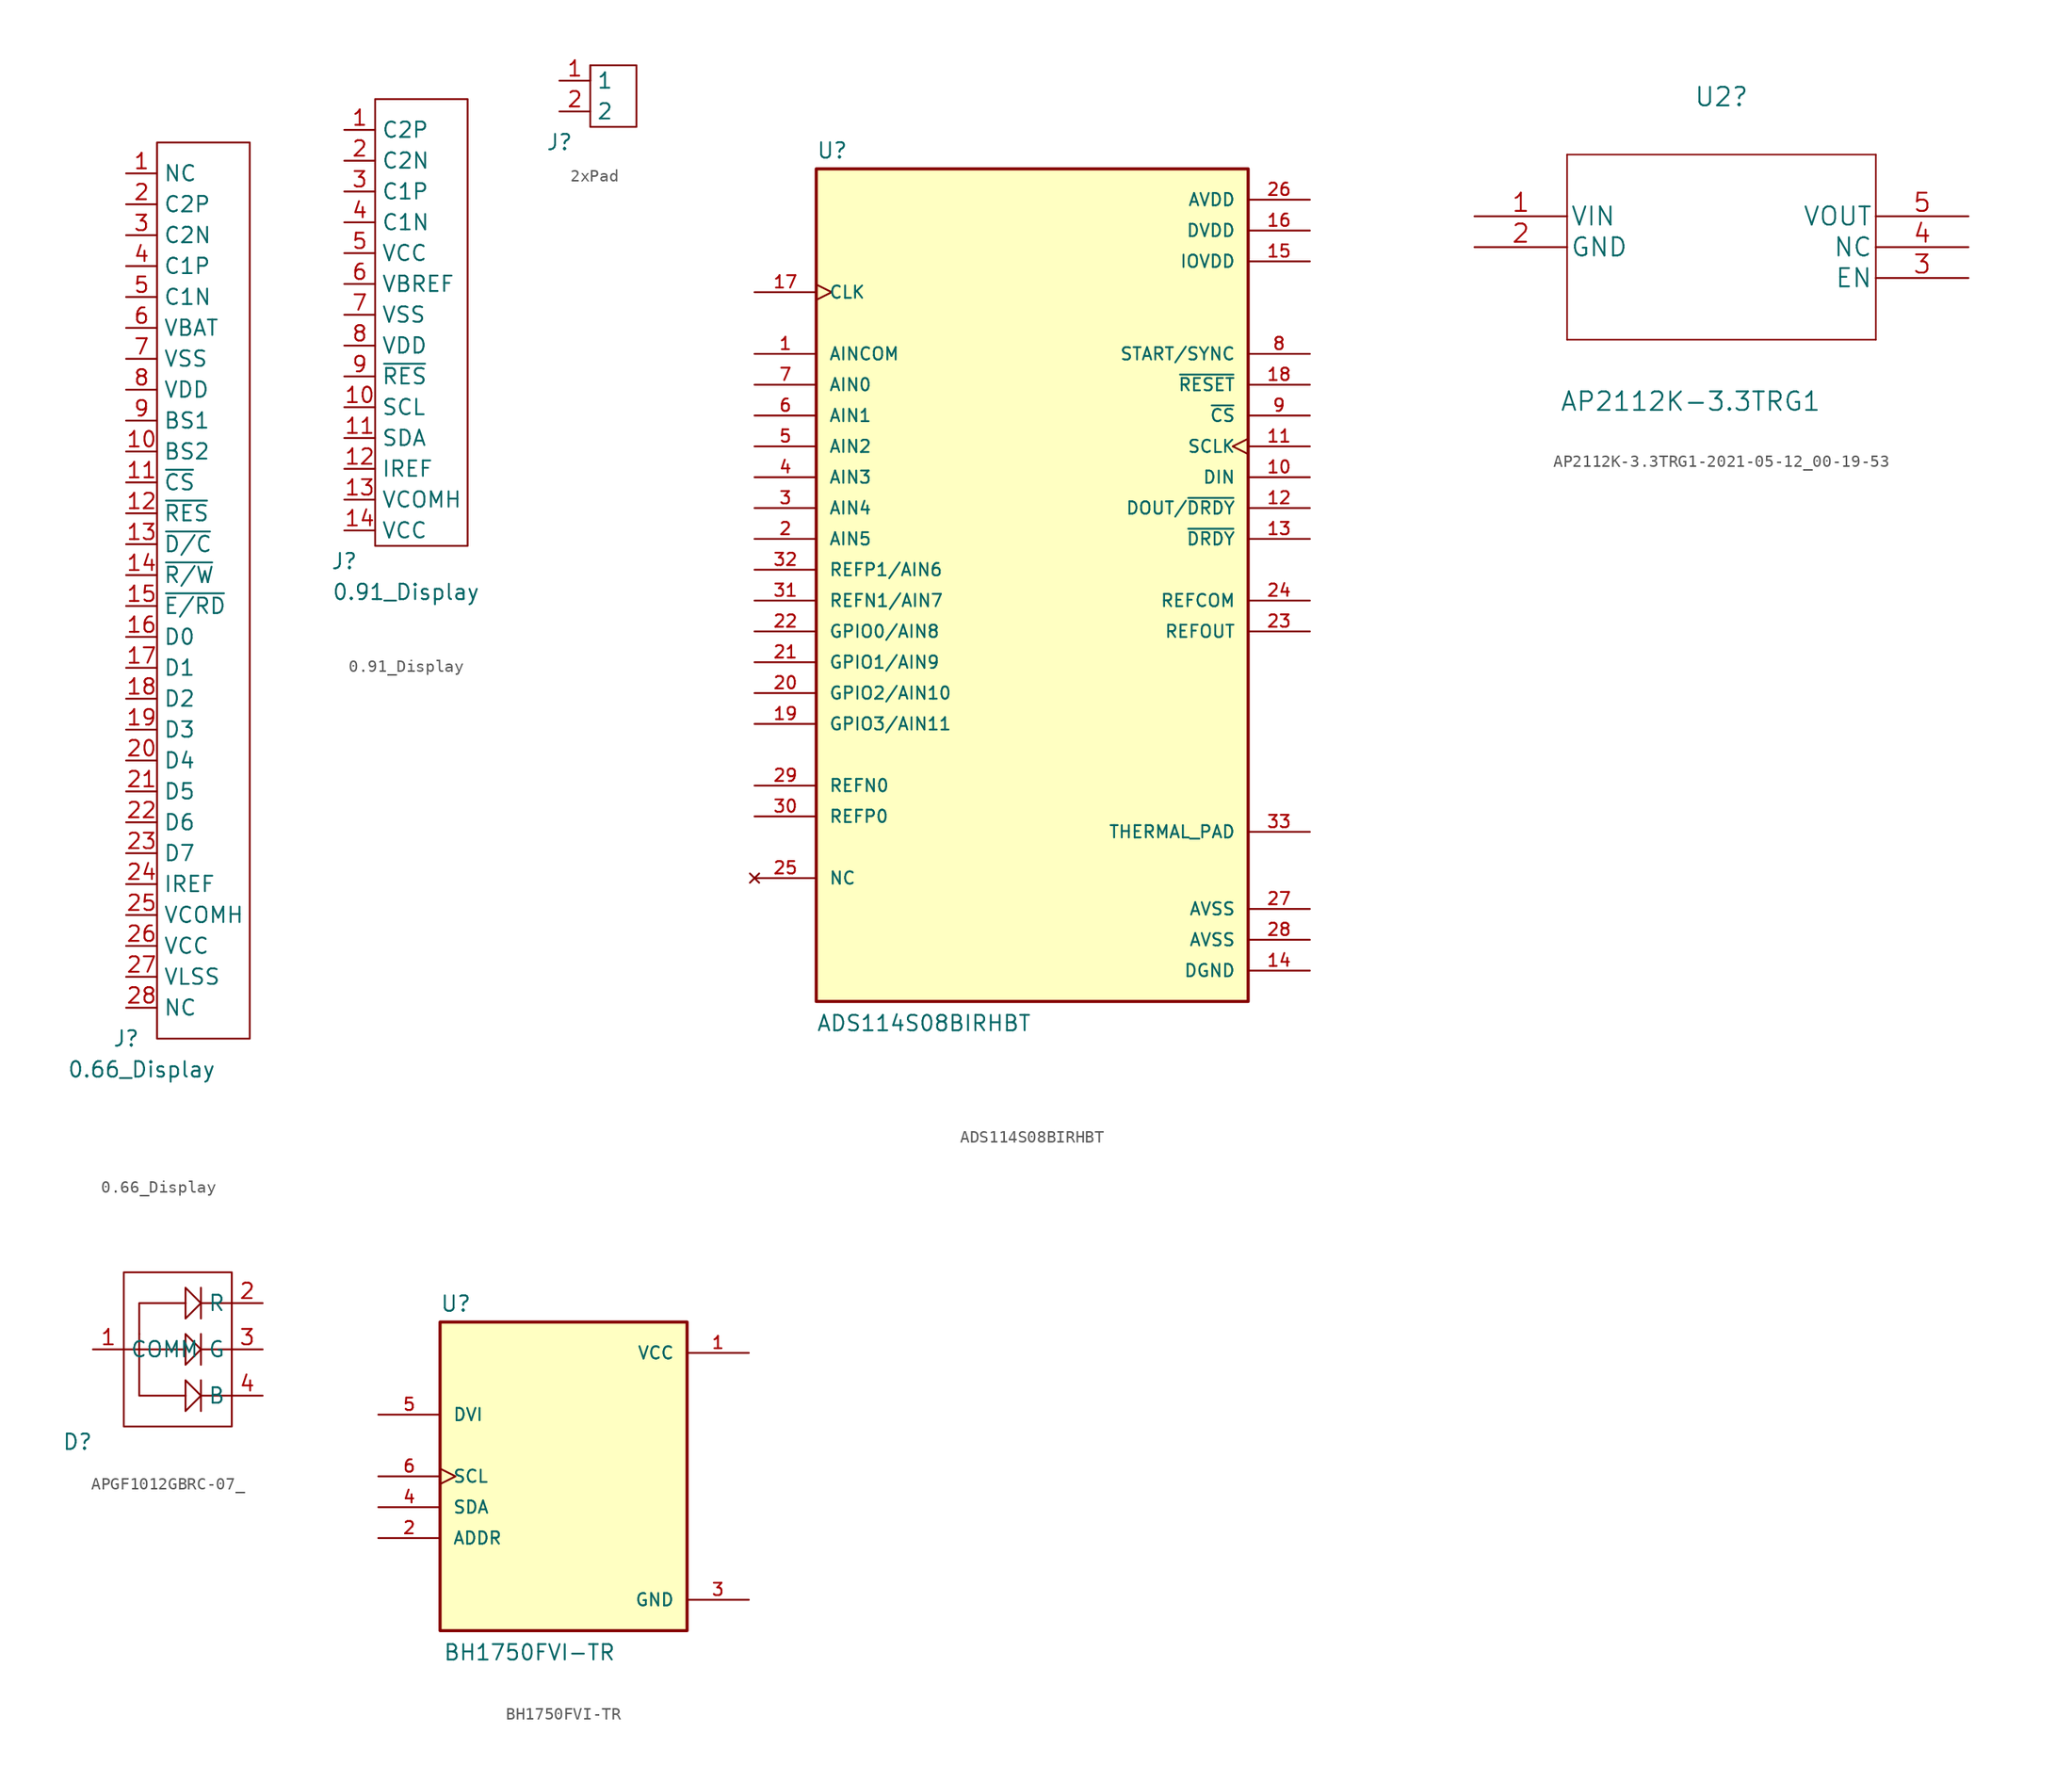
<source format=kicad_sym>
(kicad_symbol_lib
  (version 20220914)
  (generator kicad_symbol_editor)
  (symbol "0.66_Display"
    (property "Reference" "J"
      (at 0 0 0)
      (effects (font (size 1.27 1.27))))
    (property "Value" "0.66_Display"
      (at 1.27 -2.54 0)
      (effects (font (size 1.27 1.27))))
    (symbol "0.66_Display_0_1"
      (rectangle (start 2.54 73.66) (end 10.16 0) (stroke (width 0) (type default)) (fill (type none))))
    (symbol "0.66_Display_1_1"
      (pin input line (at 0 71.12 0) (length 2.54) (name "NC" (effects (font (size 1.27 1.27)))) (number "1" (effects (font (size 1.27 1.27)))))
      (pin input line (at 0 48.26 0) (length 2.54) (name "BS2" (effects (font (size 1.27 1.27)))) (number "10" (effects (font (size 1.27 1.27)))))
      (pin input line (at 0 45.72 0) (length 2.54) (name "~{CS}" (effects (font (size 1.27 1.27)))) (number "11" (effects (font (size 1.27 1.27)))))
      (pin input line (at 0 43.18 0) (length 2.54) (name "~{RES}" (effects (font (size 1.27 1.27)))) (number "12" (effects (font (size 1.27 1.27)))))
      (pin input line (at 0 40.64 0) (length 2.54) (name "~{D/C}" (effects (font (size 1.27 1.27)))) (number "13" (effects (font (size 1.27 1.27)))))
      (pin input line (at 0 38.1 0) (length 2.54) (name "~{R/W}" (effects (font (size 1.27 1.27)))) (number "14" (effects (font (size 1.27 1.27)))))
      (pin input line (at 0 35.56 0) (length 2.54) (name "~{E/RD}" (effects (font (size 1.27 1.27)))) (number "15" (effects (font (size 1.27 1.27)))))
      (pin input line (at 0 33.02 0) (length 2.54) (name "D0" (effects (font (size 1.27 1.27)))) (number "16" (effects (font (size 1.27 1.27)))))
      (pin input line (at 0 30.48 0) (length 2.54) (name "D1" (effects (font (size 1.27 1.27)))) (number "17" (effects (font (size 1.27 1.27)))))
      (pin input line (at 0 27.94 0) (length 2.54) (name "D2" (effects (font (size 1.27 1.27)))) (number "18" (effects (font (size 1.27 1.27)))))
      (pin input line (at 0 25.4 0) (length 2.54) (name "D3" (effects (font (size 1.27 1.27)))) (number "19" (effects (font (size 1.27 1.27)))))
      (pin input line (at 0 68.58 0) (length 2.54) (name "C2P" (effects (font (size 1.27 1.27)))) (number "2" (effects (font (size 1.27 1.27)))))
      (pin input line (at 0 22.86 0) (length 2.54) (name "D4" (effects (font (size 1.27 1.27)))) (number "20" (effects (font (size 1.27 1.27)))))
      (pin input line (at 0 20.32 0) (length 2.54) (name "D5" (effects (font (size 1.27 1.27)))) (number "21" (effects (font (size 1.27 1.27)))))
      (pin input line (at 0 17.78 0) (length 2.54) (name "D6" (effects (font (size 1.27 1.27)))) (number "22" (effects (font (size 1.27 1.27)))))
      (pin input line (at 0 15.24 0) (length 2.54) (name "D7" (effects (font (size 1.27 1.27)))) (number "23" (effects (font (size 1.27 1.27)))))
      (pin input line (at 0 12.7 0) (length 2.54) (name "IREF" (effects (font (size 1.27 1.27)))) (number "24" (effects (font (size 1.27 1.27)))))
      (pin input line (at 0 10.16 0) (length 2.54) (name "VCOMH" (effects (font (size 1.27 1.27)))) (number "25" (effects (font (size 1.27 1.27)))))
      (pin input line (at 0 7.62 0) (length 2.54) (name "VCC" (effects (font (size 1.27 1.27)))) (number "26" (effects (font (size 1.27 1.27)))))
      (pin input line (at 0 5.08 0) (length 2.54) (name "VLSS" (effects (font (size 1.27 1.27)))) (number "27" (effects (font (size 1.27 1.27)))))
      (pin input line (at 0 2.54 0) (length 2.54) (name "NC" (effects (font (size 1.27 1.27)))) (number "28" (effects (font (size 1.27 1.27)))))
      (pin input line (at 0 66.04 0) (length 2.54) (name "C2N" (effects (font (size 1.27 1.27)))) (number "3" (effects (font (size 1.27 1.27)))))
      (pin input line (at 0 63.5 0) (length 2.54) (name "C1P" (effects (font (size 1.27 1.27)))) (number "4" (effects (font (size 1.27 1.27)))))
      (pin input line (at 0 60.96 0) (length 2.54) (name "C1N" (effects (font (size 1.27 1.27)))) (number "5" (effects (font (size 1.27 1.27)))))
      (pin input line (at 0 58.42 0) (length 2.54) (name "VBAT" (effects (font (size 1.27 1.27)))) (number "6" (effects (font (size 1.27 1.27)))))
      (pin input line (at 0 55.88 0) (length 2.54) (name "VSS" (effects (font (size 1.27 1.27)))) (number "7" (effects (font (size 1.27 1.27)))))
      (pin input line (at 0 53.34 0) (length 2.54) (name "VDD" (effects (font (size 1.27 1.27)))) (number "8" (effects (font (size 1.27 1.27)))))
      (pin input line (at 0 50.8 0) (length 2.54) (name "BS1" (effects (font (size 1.27 1.27)))) (number "9" (effects (font (size 1.27 1.27)))))))
  (symbol "0.91_Display"
    (property "Reference" "J"
      (at 0 -1.27 0)
      (effects (font (size 1.27 1.27))))
    (property "Value" "0.91_Display"
      (at 5.08 -3.81 0)
      (effects (font (size 1.27 1.27))))
    (symbol "0.91_Display_0_1"
      (rectangle (start 2.54 36.83) (end 10.16 0) (stroke (width 0) (type default)) (fill (type none))))
    (symbol "0.91_Display_1_1"
      (pin input line (at 0 34.29 0) (length 2.54) (name "C2P" (effects (font (size 1.27 1.27)))) (number "1" (effects (font (size 1.27 1.27)))))
      (pin input line (at 0 11.43 0) (length 2.54) (name "SCL" (effects (font (size 1.27 1.27)))) (number "10" (effects (font (size 1.27 1.27)))))
      (pin input line (at 0 8.89 0) (length 2.54) (name "SDA" (effects (font (size 1.27 1.27)))) (number "11" (effects (font (size 1.27 1.27)))))
      (pin input line (at 0 6.35 0) (length 2.54) (name "IREF" (effects (font (size 1.27 1.27)))) (number "12" (effects (font (size 1.27 1.27)))))
      (pin input line (at 0 3.81 0) (length 2.54) (name "VCOMH" (effects (font (size 1.27 1.27)))) (number "13" (effects (font (size 1.27 1.27)))))
      (pin input line (at 0 1.27 0) (length 2.54) (name "VCC" (effects (font (size 1.27 1.27)))) (number "14" (effects (font (size 1.27 1.27)))))
      (pin input line (at 0 31.75 0) (length 2.54) (name "C2N" (effects (font (size 1.27 1.27)))) (number "2" (effects (font (size 1.27 1.27)))))
      (pin input line (at 0 29.21 0) (length 2.54) (name "C1P" (effects (font (size 1.27 1.27)))) (number "3" (effects (font (size 1.27 1.27)))))
      (pin input line (at 0 26.67 0) (length 2.54) (name "C1N" (effects (font (size 1.27 1.27)))) (number "4" (effects (font (size 1.27 1.27)))))
      (pin input line (at 0 24.13 0) (length 2.54) (name "VCC" (effects (font (size 1.27 1.27)))) (number "5" (effects (font (size 1.27 1.27)))))
      (pin input line (at 0 21.59 0) (length 2.54) (name "VBREF" (effects (font (size 1.27 1.27)))) (number "6" (effects (font (size 1.27 1.27)))))
      (pin input line (at 0 19.05 0) (length 2.54) (name "VSS" (effects (font (size 1.27 1.27)))) (number "7" (effects (font (size 1.27 1.27)))))
      (pin input line (at 0 16.51 0) (length 2.54) (name "VDD" (effects (font (size 1.27 1.27)))) (number "8" (effects (font (size 1.27 1.27)))))
      (pin input line (at 0 13.97 0) (length 2.54) (name "~{RES}" (effects (font (size 1.27 1.27)))) (number "9" (effects (font (size 1.27 1.27)))))))
  (symbol "2xPad"
    (property "Reference" "J"
      (at 0 0 0)
      (effects (font (size 1.27 1.27))))
    (property "Value" ""
      (at 0 0 0)
      (effects (font (size 1.27 1.27))))
    (symbol "2xPad_0_1"
      (rectangle (start 2.54 6.35) (end 2.54 5.08) (stroke (width 0) (type default)) (fill (type none)))
      (rectangle (start 2.54 6.35) (end 6.35 1.27) (stroke (width 0) (type default)) (fill (type none))))
    (symbol "2xPad_1_1"
      (pin passive line (at 0 5.08 0) (length 2.54) (name "1" (effects (font (size 1.27 1.27)))) (number "1" (effects (font (size 1.27 1.27)))))
      (pin passive line (at 0 2.54 0) (length 2.54) (name "2" (effects (font (size 1.27 1.27)))) (number "2" (effects (font (size 1.27 1.27)))))))
  (symbol "ADS114S08BIRHBT"
    (pin_names
      (offset 1.016))
    (property "Reference" "U"
      (at -17.78 33.782 0)
      (effects (font (size 1.27 1.27)) (justify left bottom)))
    (property "Value" "ADS114S08BIRHBT"
      (at -17.78 -38.1 0)
      (effects (font (size 1.27 1.27)) (justify left bottom)))
    (symbol "ADS114S08BIRHBT_0_0"
      (rectangle (start -17.78 33.02) (end 17.78 -35.56) (stroke (width 0.254) (type default)) (fill (type background)))
      (pin input line (at -22.86 17.78 0) (length 5.08) (name "AINCOM" (effects (font (size 1.016 1.016)))) (number "1" (effects (font (size 1.016 1.016)))))
      (pin input line (at 22.86 7.62 180) (length 5.08) (name "DIN" (effects (font (size 1.016 1.016)))) (number "10" (effects (font (size 1.016 1.016)))))
      (pin input clock (at 22.86 10.16 180) (length 5.08) (name "SCLK" (effects (font (size 1.016 1.016)))) (number "11" (effects (font (size 1.016 1.016)))))
      (pin output line (at 22.86 5.08 180) (length 5.08) (name "DOUT/~{DRDY}" (effects (font (size 1.016 1.016)))) (number "12" (effects (font (size 1.016 1.016)))))
      (pin output line (at 22.86 2.54 180) (length 5.08) (name "~{DRDY}" (effects (font (size 1.016 1.016)))) (number "13" (effects (font (size 1.016 1.016)))))
      (pin power_in line (at 22.86 -33.02 180) (length 5.08) (name "DGND" (effects (font (size 1.016 1.016)))) (number "14" (effects (font (size 1.016 1.016)))))
      (pin power_in line (at 22.86 25.4 180) (length 5.08) (name "IOVDD" (effects (font (size 1.016 1.016)))) (number "15" (effects (font (size 1.016 1.016)))))
      (pin power_in line (at 22.86 27.94 180) (length 5.08) (name "DVDD" (effects (font (size 1.016 1.016)))) (number "16" (effects (font (size 1.016 1.016)))))
      (pin input clock (at -22.86 22.86 0) (length 5.08) (name "CLK" (effects (font (size 1.016 1.016)))) (number "17" (effects (font (size 1.016 1.016)))))
      (pin input line (at 22.86 15.24 180) (length 5.08) (name "~{RESET}" (effects (font (size 1.016 1.016)))) (number "18" (effects (font (size 1.016 1.016)))))
      (pin bidirectional line (at -22.86 -12.7 0) (length 5.08) (name "GPIO3/AIN11" (effects (font (size 1.016 1.016)))) (number "19" (effects (font (size 1.016 1.016)))))
      (pin input line (at -22.86 2.54 0) (length 5.08) (name "AIN5" (effects (font (size 1.016 1.016)))) (number "2" (effects (font (size 1.016 1.016)))))
      (pin bidirectional line (at -22.86 -10.16 0) (length 5.08) (name "GPIO2/AIN10" (effects (font (size 1.016 1.016)))) (number "20" (effects (font (size 1.016 1.016)))))
      (pin bidirectional line (at -22.86 -7.62 0) (length 5.08) (name "GPIO1/AIN9" (effects (font (size 1.016 1.016)))) (number "21" (effects (font (size 1.016 1.016)))))
      (pin bidirectional line (at -22.86 -5.08 0) (length 5.08) (name "GPIO0/AIN8" (effects (font (size 1.016 1.016)))) (number "22" (effects (font (size 1.016 1.016)))))
      (pin output line (at 22.86 -5.08 180) (length 5.08) (name "REFOUT" (effects (font (size 1.016 1.016)))) (number "23" (effects (font (size 1.016 1.016)))))
      (pin output line (at 22.86 -2.54 180) (length 5.08) (name "REFCOM" (effects (font (size 1.016 1.016)))) (number "24" (effects (font (size 1.016 1.016)))))
      (pin no_connect line (at -22.86 -25.4 0) (length 5.08) (name "NC" (effects (font (size 1.016 1.016)))) (number "25" (effects (font (size 1.016 1.016)))))
      (pin power_in line (at 22.86 30.48 180) (length 5.08) (name "AVDD" (effects (font (size 1.016 1.016)))) (number "26" (effects (font (size 1.016 1.016)))))
      (pin power_in line (at 22.86 -27.94 180) (length 5.08) (name "AVSS" (effects (font (size 1.016 1.016)))) (number "27" (effects (font (size 1.016 1.016)))))
      (pin power_in line (at 22.86 -30.48 180) (length 5.08) (name "AVSS" (effects (font (size 1.016 1.016)))) (number "28" (effects (font (size 1.016 1.016)))))
      (pin input line (at -22.86 -17.78 0) (length 5.08) (name "REFN0" (effects (font (size 1.016 1.016)))) (number "29" (effects (font (size 1.016 1.016)))))
      (pin input line (at -22.86 5.08 0) (length 5.08) (name "AIN4" (effects (font (size 1.016 1.016)))) (number "3" (effects (font (size 1.016 1.016)))))
      (pin input line (at -22.86 -20.32 0) (length 5.08) (name "REFP0" (effects (font (size 1.016 1.016)))) (number "30" (effects (font (size 1.016 1.016)))))
      (pin input line (at -22.86 -2.54 0) (length 5.08) (name "REFN1/AIN7" (effects (font (size 1.016 1.016)))) (number "31" (effects (font (size 1.016 1.016)))))
      (pin input line (at -22.86 0 0) (length 5.08) (name "REFP1/AIN6" (effects (font (size 1.016 1.016)))) (number "32" (effects (font (size 1.016 1.016)))))
      (pin power_in line (at 22.86 -21.59 180) (length 5.08) (name "THERMAL_PAD" (effects (font (size 1.016 1.016)))) (number "33" (effects (font (size 1.016 1.016)))))
      (pin input line (at -22.86 7.62 0) (length 5.08) (name "AIN3" (effects (font (size 1.016 1.016)))) (number "4" (effects (font (size 1.016 1.016)))))
      (pin input line (at -22.86 10.16 0) (length 5.08) (name "AIN2" (effects (font (size 1.016 1.016)))) (number "5" (effects (font (size 1.016 1.016)))))
      (pin input line (at -22.86 12.7 0) (length 5.08) (name "AIN1" (effects (font (size 1.016 1.016)))) (number "6" (effects (font (size 1.016 1.016)))))
      (pin input line (at -22.86 15.24 0) (length 5.08) (name "AIN0" (effects (font (size 1.016 1.016)))) (number "7" (effects (font (size 1.016 1.016)))))
      (pin input line (at 22.86 17.78 180) (length 5.08) (name "START/SYNC" (effects (font (size 1.016 1.016)))) (number "8" (effects (font (size 1.016 1.016)))))
      (pin input line (at 22.86 12.7 180) (length 5.08) (name "~{CS}" (effects (font (size 1.016 1.016)))) (number "9" (effects (font (size 1.016 1.016)))))))
  (symbol "AP2112K-3.3TRG1-2021-05-12_00-19-53"
    (pin_names
      (offset 0.254))
    (property "Reference" "U2"
      (at 20.32 9.83 0)
      (effects (font (size 1.524 1.524))))
    (property "Value" "AP2112K-3.3TRG1"
      (at 17.78 -15.24 0)
      (effects (font (size 1.524 1.524))))
    (property "Datasheet" ""
      (at 0 0 0)
      (effects (font (size 1.524 1.524))))
    (symbol "AP2112K-3.3TRG1-2021-05-12_00-19-53_1_1"
      (polyline (pts (xy 7.62 -10.16) (xy 33.02 -10.16)) (stroke (width 0.127) (type default)) (fill (type none)))
      (polyline (pts (xy 7.62 5.08) (xy 7.62 -10.16)) (stroke (width 0.127) (type default)) (fill (type none)))
      (polyline (pts (xy 33.02 -10.16) (xy 33.02 5.08)) (stroke (width 0.127) (type default)) (fill (type none)))
      (polyline (pts (xy 33.02 5.08) (xy 7.62 5.08)) (stroke (width 0.127) (type default)) (fill (type none)))
      (pin unspecified line (at 0 0 0) (length 7.62) (name "VIN" (effects (font (size 1.499 1.499)))) (number "1" (effects (font (size 1.499 1.499)))))
      (pin unspecified line (at 0 -2.54 0) (length 7.62) (name "GND" (effects (font (size 1.499 1.499)))) (number "2" (effects (font (size 1.499 1.499)))))
      (pin unspecified line (at 40.64 -5.08 180) (length 7.62) (name "EN" (effects (font (size 1.499 1.499)))) (number "3" (effects (font (size 1.499 1.499)))))
      (pin unspecified line (at 40.64 -2.54 180) (length 7.62) (name "NC" (effects (font (size 1.499 1.499)))) (number "4" (effects (font (size 1.499 1.499)))))
      (pin unspecified line (at 40.64 0 180) (length 7.62) (name "VOUT" (effects (font (size 1.499 1.499)))) (number "5" (effects (font (size 1.499 1.499)))))))
  (symbol "APGF1012GBRC-07_"
    (property "Reference" "D"
      (at 0 0 0)
      (effects (font (size 1.27 1.27))))
    (property "Value" ""
      (at 0 0 0)
      (effects (font (size 1.27 1.27))))
    (symbol "APGF1012GBRC-07__0_1"
      (polyline (pts (xy 3.81 7.62) (xy 5.08 7.62)) (stroke (width 0) (type default)) (fill (type none)))
      (polyline (pts (xy 10.16 2.54) (xy 10.16 5.08)) (stroke (width 0) (type default)) (fill (type none)))
      (polyline (pts (xy 10.16 3.81) (xy 12.7 3.81)) (stroke (width 0) (type default)) (fill (type none)))
      (polyline (pts (xy 10.16 6.35) (xy 10.16 8.89)) (stroke (width 0) (type default)) (fill (type none)))
      (polyline (pts (xy 10.16 7.62) (xy 12.7 7.62)) (stroke (width 0) (type default)) (fill (type none)))
      (polyline (pts (xy 10.16 10.16) (xy 10.16 12.7)) (stroke (width 0) (type default)) (fill (type none)))
      (polyline (pts (xy 10.16 11.43) (xy 12.7 11.43)) (stroke (width 0) (type default)) (fill (type none)))
      (polyline (pts (xy 5.08 7.62) (xy 5.08 3.81) (xy 8.89 3.81)) (stroke (width 0) (type default)) (fill (type none)))
      (polyline (pts (xy 5.08 8.89) (xy 5.08 7.62) (xy 8.89 7.62)) (stroke (width 0) (type default)) (fill (type none)))
      (polyline (pts (xy 5.08 8.89) (xy 5.08 11.43) (xy 8.89 11.43)) (stroke (width 0) (type default)) (fill (type none)))
      (polyline (pts (xy 10.16 3.81) (xy 8.89 5.08) (xy 8.89 2.54) (xy 10.16 3.81)) (stroke (width 0) (type default)) (fill (type none)))
      (polyline (pts (xy 10.16 7.62) (xy 8.89 6.35) (xy 8.89 8.89) (xy 10.16 7.62)) (stroke (width 0) (type default)) (fill (type none)))
      (polyline (pts (xy 10.16 11.43) (xy 8.89 10.16) (xy 8.89 12.7) (xy 10.16 11.43)) (stroke (width 0) (type default)) (fill (type none)))
      (polyline (pts (xy 3.81 11.43) (xy 3.81 13.97) (xy 12.7 13.97) (xy 12.7 1.27) (xy 3.81 1.27) (xy 3.81 11.43)) (stroke (width 0) (type default)) (fill (type none))))
    (symbol "APGF1012GBRC-07__1_1"
      (pin passive line (at 1.27 7.62 0) (length 2.54) (name "COMM" (effects (font (size 1.27 1.27)))) (number "1" (effects (font (size 1.27 1.27)))))
      (pin passive line (at 15.24 11.43 180) (length 2.54) (name "R" (effects (font (size 1.27 1.27)))) (number "2" (effects (font (size 1.27 1.27)))))
      (pin passive line (at 15.24 7.62 180) (length 2.54) (name "G" (effects (font (size 1.27 1.27)))) (number "3" (effects (font (size 1.27 1.27)))))
      (pin passive line (at 15.24 3.81 180) (length 2.54) (name "B" (effects (font (size 1.27 1.27)))) (number "4" (effects (font (size 1.27 1.27)))))))
  (symbol "BH1750FVI-TR"
    (pin_names
      (offset 1.016))
    (property "Reference" "U"
      (at -10.174 13.462 0)
      (effects (font (size 1.27 1.27)) (justify left bottom)))
    (property "Value" "BH1750FVI-TR"
      (at -9.922 -15.24 0)
      (effects (font (size 1.27 1.27)) (justify left bottom)))
    (symbol "BH1750FVI-TR_0_0"
      (rectangle (start -10.16 12.7) (end 10.16 -12.7) (stroke (width 0.254) (type default)) (fill (type background)))
      (pin power_in line (at 15.24 10.16 180) (length 5.08) (name "VCC" (effects (font (size 1.016 1.016)))) (number "1" (effects (font (size 1.016 1.016)))))
      (pin input line (at -15.24 -5.08 0) (length 5.08) (name "ADDR" (effects (font (size 1.016 1.016)))) (number "2" (effects (font (size 1.016 1.016)))))
      (pin power_in line (at 15.24 -10.16 180) (length 5.08) (name "GND" (effects (font (size 1.016 1.016)))) (number "3" (effects (font (size 1.016 1.016)))))
      (pin bidirectional line (at -15.24 -2.54 0) (length 5.08) (name "SDA" (effects (font (size 1.016 1.016)))) (number "4" (effects (font (size 1.016 1.016)))))
      (pin input line (at -15.24 5.08 0) (length 5.08) (name "DVI" (effects (font (size 1.016 1.016)))) (number "5" (effects (font (size 1.016 1.016)))))
      (pin input clock (at -15.24 0 0) (length 5.08) (name "SCL" (effects (font (size 1.016 1.016)))) (number "6" (effects (font (size 1.016 1.016))))))))
</source>
